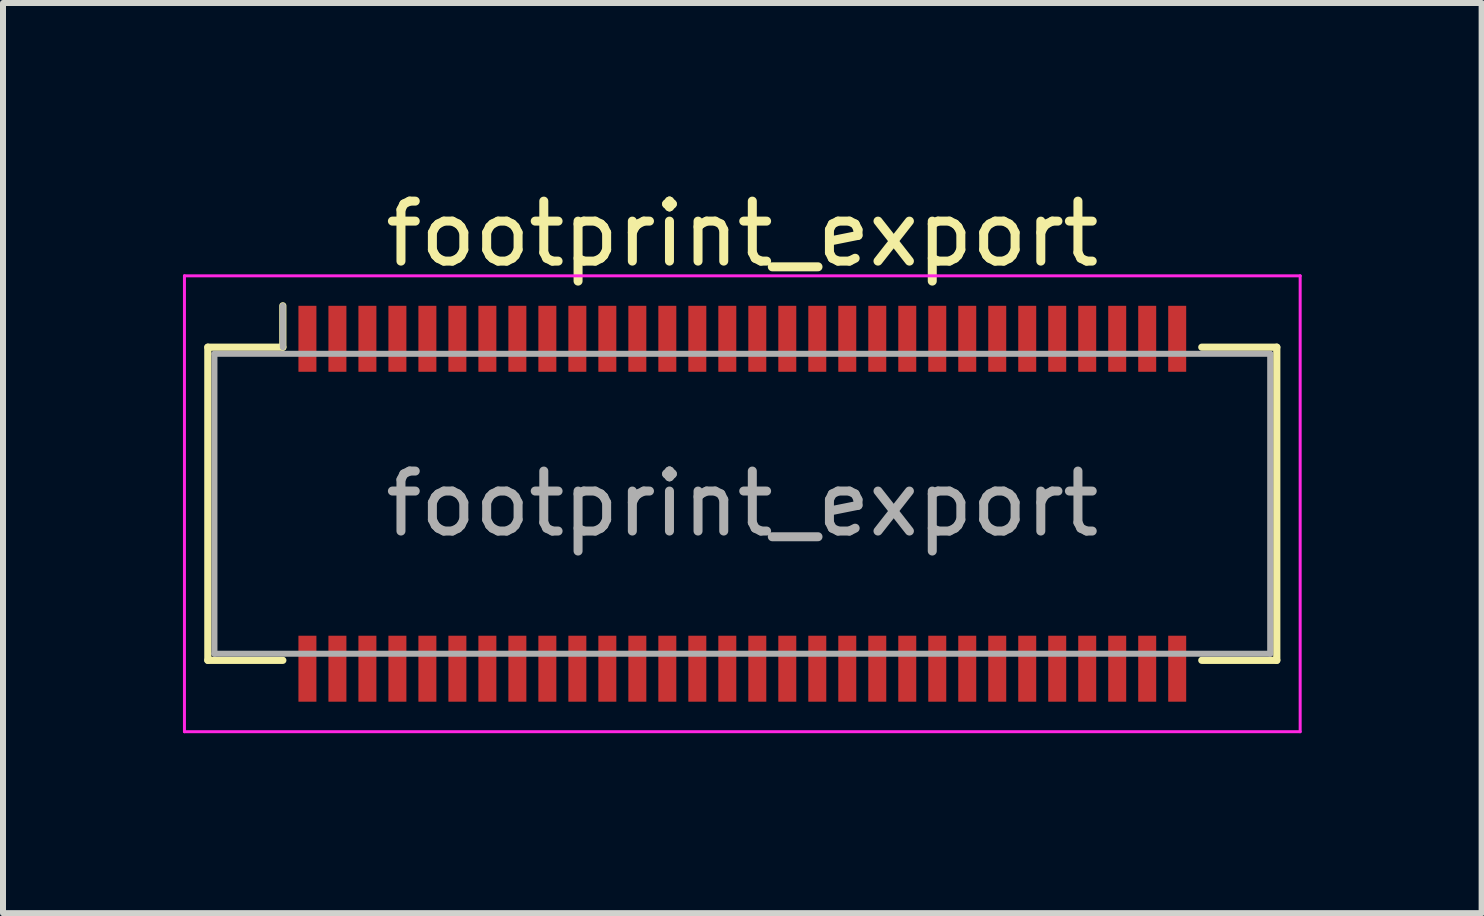
<source format=kicad_pcb>
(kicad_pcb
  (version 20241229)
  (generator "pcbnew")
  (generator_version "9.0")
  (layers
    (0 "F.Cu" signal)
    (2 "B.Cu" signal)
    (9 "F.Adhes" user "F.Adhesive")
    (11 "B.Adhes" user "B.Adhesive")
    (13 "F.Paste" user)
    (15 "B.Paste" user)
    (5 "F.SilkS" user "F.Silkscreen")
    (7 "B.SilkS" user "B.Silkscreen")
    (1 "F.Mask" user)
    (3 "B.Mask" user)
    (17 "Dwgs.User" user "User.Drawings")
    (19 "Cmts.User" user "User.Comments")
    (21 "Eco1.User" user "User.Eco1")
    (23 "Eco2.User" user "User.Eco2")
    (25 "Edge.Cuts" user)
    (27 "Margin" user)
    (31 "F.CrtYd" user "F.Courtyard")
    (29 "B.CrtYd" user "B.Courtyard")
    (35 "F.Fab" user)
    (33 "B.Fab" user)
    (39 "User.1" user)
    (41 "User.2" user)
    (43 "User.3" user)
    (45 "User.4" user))
  (footprint "footprint_export"
    (layer "F.Cu")
    (at 9.325 5.348)
    (property "Reference" "footprint_export" (at 0 -4.5 0) (layer "F.SilkS") (effects (font (size 1 1) (thickness 0.15))))
    (attr smd)
    (fp_line (start -8.91 -2.61) (end -7.66 -2.61) (stroke (width 0.12) (type solid)) (layer "F.SilkS"))
    (fp_line (start -8.91 2.61) (end -8.91 -2.61) (stroke (width 0.12) (type solid)) (layer "F.SilkS"))
    (fp_line (start -7.66 -2.61) (end -7.66 -3.3) (stroke (width 0.12) (type solid)) (layer "F.SilkS"))
    (fp_line (start -7.66 2.61) (end -8.91 2.61) (stroke (width 0.12) (type solid)) (layer "F.SilkS"))
    (fp_line (start 7.66 2.61) (end 8.91 2.61) (stroke (width 0.12) (type solid)) (layer "F.SilkS"))
    (fp_line (start 8.91 -2.61) (end 7.66 -2.61) (stroke (width 0.12) (type solid)) (layer "F.SilkS"))
    (fp_line (start 8.91 2.61) (end 8.91 -2.61) (stroke (width 0.12) (type solid)) (layer "F.SilkS"))
    (fp_line (start -9.3 -3.8) (end -9.3 3.8) (stroke (width 0.05) (type solid)) (layer "F.CrtYd"))
    (fp_line (start -9.3 3.8) (end 9.3 3.8) (stroke (width 0.05) (type solid)) (layer "F.CrtYd"))
    (fp_line (start 9.3 -3.8) (end -9.3 -3.8) (stroke (width 0.05) (type solid)) (layer "F.CrtYd"))
    (fp_line (start 9.3 3.8) (end 9.3 -3.8) (stroke (width 0.05) (type solid)) (layer "F.CrtYd"))
    (fp_line (start -8.8 -2.5) (end -8.8 2.5) (stroke (width 0.1) (type solid)) (layer "F.Fab"))
    (fp_line (start -8.8 2.5) (end 8.8 2.5) (stroke (width 0.1) (type solid)) (layer "F.Fab"))
    (fp_line (start -7.66 -2.61) (end -7.66 -3.3) (stroke (width 0.1) (type solid)) (layer "F.Fab"))
    (fp_line (start 8.8 -2.5) (end -8.8 -2.5) (stroke (width 0.1) (type solid)) (layer "F.Fab"))
    (fp_line (start 8.8 2.5) (end 8.8 -2.5) (stroke (width 0.1) (type solid)) (layer "F.Fab"))
    (fp_text user "${REFERENCE}" (at 0 0 0) (layer "F.Fab") (effects (font (size 1 1) (thickness 0.15))))
    (pad "1" smd rect (at -7.25 -2.75) (size 0.3 1.1) (layers "F.Cu" "F.Mask" "F.Paste"))
    (pad "2" smd rect (at -7.25 2.75) (size 0.3 1.1) (layers "F.Cu" "F.Mask" "F.Paste"))
    (pad "3" smd rect (at -6.75 -2.75) (size 0.3 1.1) (layers "F.Cu" "F.Mask" "F.Paste"))
    (pad "4" smd rect (at -6.75 2.75) (size 0.3 1.1) (layers "F.Cu" "F.Mask" "F.Paste"))
    (pad "5" smd rect (at -6.25 -2.75) (size 0.3 1.1) (layers "F.Cu" "F.Mask" "F.Paste"))
    (pad "6" smd rect (at -6.25 2.75) (size 0.3 1.1) (layers "F.Cu" "F.Mask" "F.Paste"))
    (pad "7" smd rect (at -5.75 -2.75) (size 0.3 1.1) (layers "F.Cu" "F.Mask" "F.Paste"))
    (pad "8" smd rect (at -5.75 2.75) (size 0.3 1.1) (layers "F.Cu" "F.Mask" "F.Paste"))
    (pad "9" smd rect (at -5.25 -2.75) (size 0.3 1.1) (layers "F.Cu" "F.Mask" "F.Paste"))
    (pad "10" smd rect (at -5.25 2.75) (size 0.3 1.1) (layers "F.Cu" "F.Mask" "F.Paste"))
    (pad "11" smd rect (at -4.75 -2.75) (size 0.3 1.1) (layers "F.Cu" "F.Mask" "F.Paste"))
    (pad "12" smd rect (at -4.75 2.75) (size 0.3 1.1) (layers "F.Cu" "F.Mask" "F.Paste"))
    (pad "13" smd rect (at -4.25 -2.75) (size 0.3 1.1) (layers "F.Cu" "F.Mask" "F.Paste"))
    (pad "14" smd rect (at -4.25 2.75) (size 0.3 1.1) (layers "F.Cu" "F.Mask" "F.Paste"))
    (pad "15" smd rect (at -3.75 -2.75) (size 0.3 1.1) (layers "F.Cu" "F.Mask" "F.Paste"))
    (pad "16" smd rect (at -3.75 2.75) (size 0.3 1.1) (layers "F.Cu" "F.Mask" "F.Paste"))
    (pad "17" smd rect (at -3.25 -2.75) (size 0.3 1.1) (layers "F.Cu" "F.Mask" "F.Paste"))
    (pad "18" smd rect (at -3.25 2.75) (size 0.3 1.1) (layers "F.Cu" "F.Mask" "F.Paste"))
    (pad "19" smd rect (at -2.75 -2.75) (size 0.3 1.1) (layers "F.Cu" "F.Mask" "F.Paste"))
    (pad "20" smd rect (at -2.75 2.75) (size 0.3 1.1) (layers "F.Cu" "F.Mask" "F.Paste"))
    (pad "21" smd rect (at -2.25 -2.75) (size 0.3 1.1) (layers "F.Cu" "F.Mask" "F.Paste"))
    (pad "22" smd rect (at -2.25 2.75) (size 0.3 1.1) (layers "F.Cu" "F.Mask" "F.Paste"))
    (pad "23" smd rect (at -1.75 -2.75) (size 0.3 1.1) (layers "F.Cu" "F.Mask" "F.Paste"))
    (pad "24" smd rect (at -1.75 2.75) (size 0.3 1.1) (layers "F.Cu" "F.Mask" "F.Paste"))
    (pad "25" smd rect (at -1.25 -2.75) (size 0.3 1.1) (layers "F.Cu" "F.Mask" "F.Paste"))
    (pad "26" smd rect (at -1.25 2.75) (size 0.3 1.1) (layers "F.Cu" "F.Mask" "F.Paste"))
    (pad "27" smd rect (at -0.75 -2.75) (size 0.3 1.1) (layers "F.Cu" "F.Mask" "F.Paste"))
    (pad "28" smd rect (at -0.75 2.75) (size 0.3 1.1) (layers "F.Cu" "F.Mask" "F.Paste"))
    (pad "29" smd rect (at -0.25 -2.75) (size 0.3 1.1) (layers "F.Cu" "F.Mask" "F.Paste"))
    (pad "30" smd rect (at -0.25 2.75) (size 0.3 1.1) (layers "F.Cu" "F.Mask" "F.Paste"))
    (pad "31" smd rect (at 0.25 -2.75) (size 0.3 1.1) (layers "F.Cu" "F.Mask" "F.Paste"))
    (pad "32" smd rect (at 0.25 2.75) (size 0.3 1.1) (layers "F.Cu" "F.Mask" "F.Paste"))
    (pad "33" smd rect (at 0.75 -2.75) (size 0.3 1.1) (layers "F.Cu" "F.Mask" "F.Paste"))
    (pad "34" smd rect (at 0.75 2.75) (size 0.3 1.1) (layers "F.Cu" "F.Mask" "F.Paste"))
    (pad "35" smd rect (at 1.25 -2.75) (size 0.3 1.1) (layers "F.Cu" "F.Mask" "F.Paste"))
    (pad "36" smd rect (at 1.25 2.75) (size 0.3 1.1) (layers "F.Cu" "F.Mask" "F.Paste"))
    (pad "37" smd rect (at 1.75 -2.75) (size 0.3 1.1) (layers "F.Cu" "F.Mask" "F.Paste"))
    (pad "38" smd rect (at 1.75 2.75) (size 0.3 1.1) (layers "F.Cu" "F.Mask" "F.Paste"))
    (pad "39" smd rect (at 2.25 -2.75) (size 0.3 1.1) (layers "F.Cu" "F.Mask" "F.Paste"))
    (pad "40" smd rect (at 2.25 2.75) (size 0.3 1.1) (layers "F.Cu" "F.Mask" "F.Paste"))
    (pad "41" smd rect (at 2.75 -2.75) (size 0.3 1.1) (layers "F.Cu" "F.Mask" "F.Paste"))
    (pad "42" smd rect (at 2.75 2.75) (size 0.3 1.1) (layers "F.Cu" "F.Mask" "F.Paste"))
    (pad "43" smd rect (at 3.25 -2.75) (size 0.3 1.1) (layers "F.Cu" "F.Mask" "F.Paste"))
    (pad "44" smd rect (at 3.25 2.75) (size 0.3 1.1) (layers "F.Cu" "F.Mask" "F.Paste"))
    (pad "45" smd rect (at 3.75 -2.75) (size 0.3 1.1) (layers "F.Cu" "F.Mask" "F.Paste"))
    (pad "46" smd rect (at 3.75 2.75) (size 0.3 1.1) (layers "F.Cu" "F.Mask" "F.Paste"))
    (pad "47" smd rect (at 4.25 -2.75) (size 0.3 1.1) (layers "F.Cu" "F.Mask" "F.Paste"))
    (pad "48" smd rect (at 4.25 2.75) (size 0.3 1.1) (layers "F.Cu" "F.Mask" "F.Paste"))
    (pad "49" smd rect (at 4.75 -2.75) (size 0.3 1.1) (layers "F.Cu" "F.Mask" "F.Paste"))
    (pad "50" smd rect (at 4.75 2.75) (size 0.3 1.1) (layers "F.Cu" "F.Mask" "F.Paste"))
    (pad "51" smd rect (at 5.25 -2.75) (size 0.3 1.1) (layers "F.Cu" "F.Mask" "F.Paste"))
    (pad "52" smd rect (at 5.25 2.75) (size 0.3 1.1) (layers "F.Cu" "F.Mask" "F.Paste"))
    (pad "53" smd rect (at 5.75 -2.75) (size 0.3 1.1) (layers "F.Cu" "F.Mask" "F.Paste"))
    (pad "54" smd rect (at 5.75 2.75) (size 0.3 1.1) (layers "F.Cu" "F.Mask" "F.Paste"))
    (pad "55" smd rect (at 6.25 -2.75) (size 0.3 1.1) (layers "F.Cu" "F.Mask" "F.Paste"))
    (pad "56" smd rect (at 6.25 2.75) (size 0.3 1.1) (layers "F.Cu" "F.Mask" "F.Paste"))
    (pad "57" smd rect (at 6.75 -2.75) (size 0.3 1.1) (layers "F.Cu" "F.Mask" "F.Paste"))
    (pad "58" smd rect (at 6.75 2.75) (size 0.3 1.1) (layers "F.Cu" "F.Mask" "F.Paste"))
    (pad "59" smd rect (at 7.25 -2.75) (size 0.3 1.1) (layers "F.Cu" "F.Mask" "F.Paste"))
    (pad "60" smd rect (at 7.25 2.75) (size 0.3 1.1) (layers "F.Cu" "F.Mask" "F.Paste")))
  (gr_rect
    (start -3 -3)
    (end 21.65 12.173)
    (stroke (width 0.1) (type default))
    (fill no)
    (layer "Edge.Cuts")))
</source>
